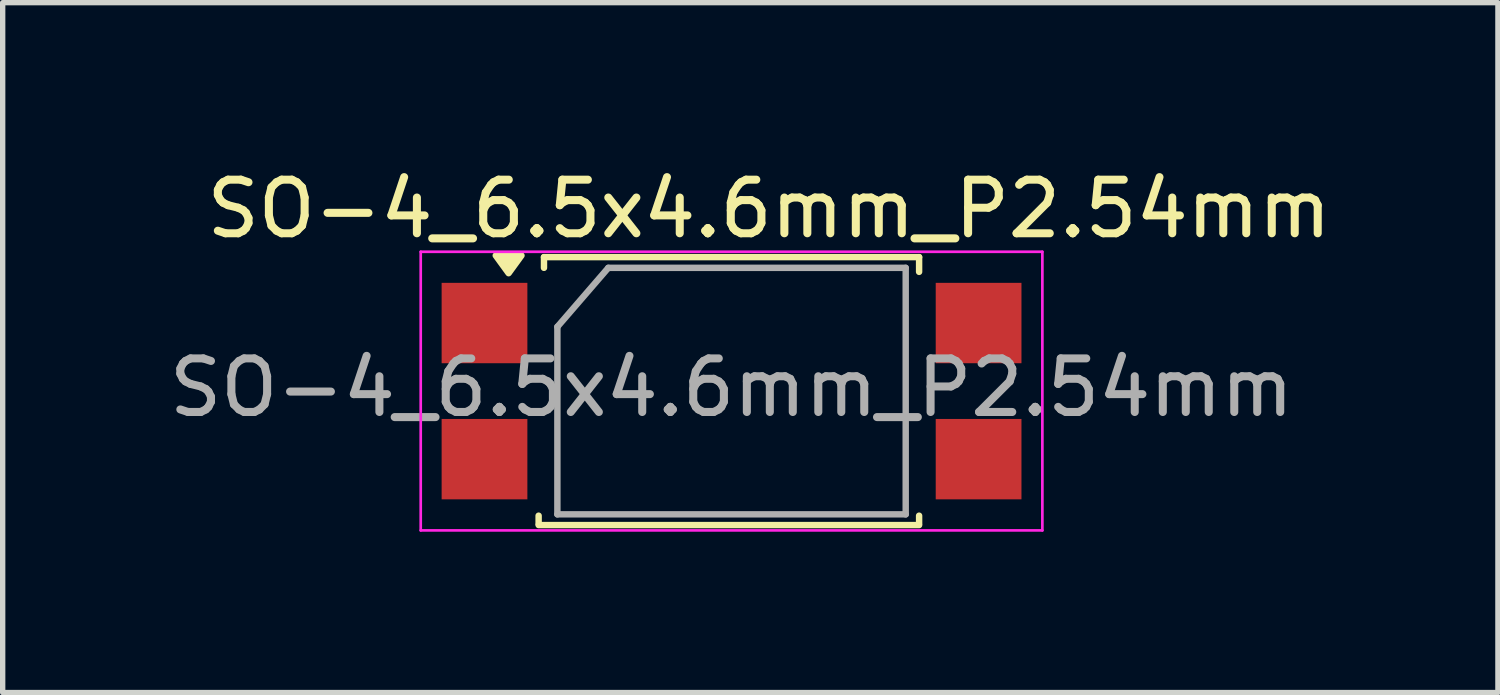
<source format=kicad_pcb>
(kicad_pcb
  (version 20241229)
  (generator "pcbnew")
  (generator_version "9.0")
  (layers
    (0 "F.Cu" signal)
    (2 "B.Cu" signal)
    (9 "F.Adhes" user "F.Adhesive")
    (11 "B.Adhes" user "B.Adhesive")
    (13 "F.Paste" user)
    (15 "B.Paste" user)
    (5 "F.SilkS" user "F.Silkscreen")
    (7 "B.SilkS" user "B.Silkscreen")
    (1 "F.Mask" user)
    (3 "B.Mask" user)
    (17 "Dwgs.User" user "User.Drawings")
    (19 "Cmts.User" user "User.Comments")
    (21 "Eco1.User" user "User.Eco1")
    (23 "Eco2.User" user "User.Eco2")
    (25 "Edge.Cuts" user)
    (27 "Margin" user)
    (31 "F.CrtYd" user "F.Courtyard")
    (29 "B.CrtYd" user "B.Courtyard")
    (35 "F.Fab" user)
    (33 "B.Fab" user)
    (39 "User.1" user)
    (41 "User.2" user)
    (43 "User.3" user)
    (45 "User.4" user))
  (footprint "SO-4_6.5x4.6mm_P2.54mm"
    (layer "F.Cu")
    (at 10.601 4.248)
    (property "Reference" "SO-4_6.5x4.6mm_P2.54mm" (at 0.7 -3.4 0) (layer "F.SilkS") (effects (font (size 1 1) (thickness 0.15))))
    (attr smd)
    (fp_line (start -3.6 2.475) (end -3.6 2.325) (stroke (width 0.12) (type solid)) (layer "F.SilkS"))
    (fp_line (start -3.5 -2.5) (end 3.5 -2.5) (stroke (width 0.12) (type solid)) (layer "F.SilkS"))
    (fp_line (start -3.5 -2.3) (end -3.5 -2.5) (stroke (width 0.12) (type solid)) (layer "F.SilkS"))
    (fp_line (start 3.5 -2.5) (end 3.5 -2.225) (stroke (width 0.12) (type solid)) (layer "F.SilkS"))
    (fp_line (start 3.5 2.325) (end 3.5 2.475) (stroke (width 0.12) (type solid)) (layer "F.SilkS"))
    (fp_line (start 3.5 2.5) (end -3.6 2.5) (stroke (width 0.12) (type solid)) (layer "F.SilkS"))
    (fp_poly (pts (xy -4.16 -2.2) (xy -4.4 -2.53) (xy -3.92 -2.53) (xy -4.16 -2.2)) (stroke (width 0.12) (type solid)) (fill yes) (layer "F.SilkS"))
    (fp_line (start -5.8 -2.6) (end -5.8 2.6) (stroke (width 0.05) (type solid)) (layer "F.CrtYd"))
    (fp_line (start -5.8 -2.6) (end 5.8 -2.6) (stroke (width 0.05) (type solid)) (layer "F.CrtYd"))
    (fp_line (start 5.8 2.6) (end -5.8 2.6) (stroke (width 0.05) (type solid)) (layer "F.CrtYd"))
    (fp_line (start 5.8 2.6) (end 5.8 -2.6) (stroke (width 0.05) (type solid)) (layer "F.CrtYd"))
    (fp_line (start -3.25 -1.2) (end -2.3 -2.3) (stroke (width 0.12) (type solid)) (layer "F.Fab"))
    (fp_line (start -3.25 2.3) (end -3.25 -1.2) (stroke (width 0.12) (type solid)) (layer "F.Fab"))
    (fp_line (start -2.3 -2.3) (end 3.25 -2.3) (stroke (width 0.12) (type solid)) (layer "F.Fab"))
    (fp_line (start 3.25 -2.3) (end 3.25 2.3) (stroke (width 0.12) (type solid)) (layer "F.Fab"))
    (fp_line (start 3.25 2.3) (end -3.25 2.3) (stroke (width 0.12) (type solid)) (layer "F.Fab"))
    (fp_text user "${REFERENCE}" (at 0 -0.065 0) (layer "F.Fab") (effects (font (size 1 1) (thickness 0.15))))
    (pad "1" smd rect (at -4.61 -1.27) (size 1.6 1.5) (layers "F.Cu" "F.Mask" "F.Paste"))
    (pad "2" smd rect (at -4.61 1.27) (size 1.6 1.5) (layers "F.Cu" "F.Mask" "F.Paste"))
    (pad "3" smd rect (at 4.61 1.27) (size 1.6 1.5) (layers "F.Cu" "F.Mask" "F.Paste"))
    (pad "4" smd rect (at 4.61 -1.27) (size 1.6 1.5) (layers "F.Cu" "F.Mask" "F.Paste")))
  (gr_rect
    (start -3 -3)
    (end 24.902 9.873)
    (stroke (width 0.1) (type default))
    (fill no)
    (layer "Edge.Cuts")))
</source>
